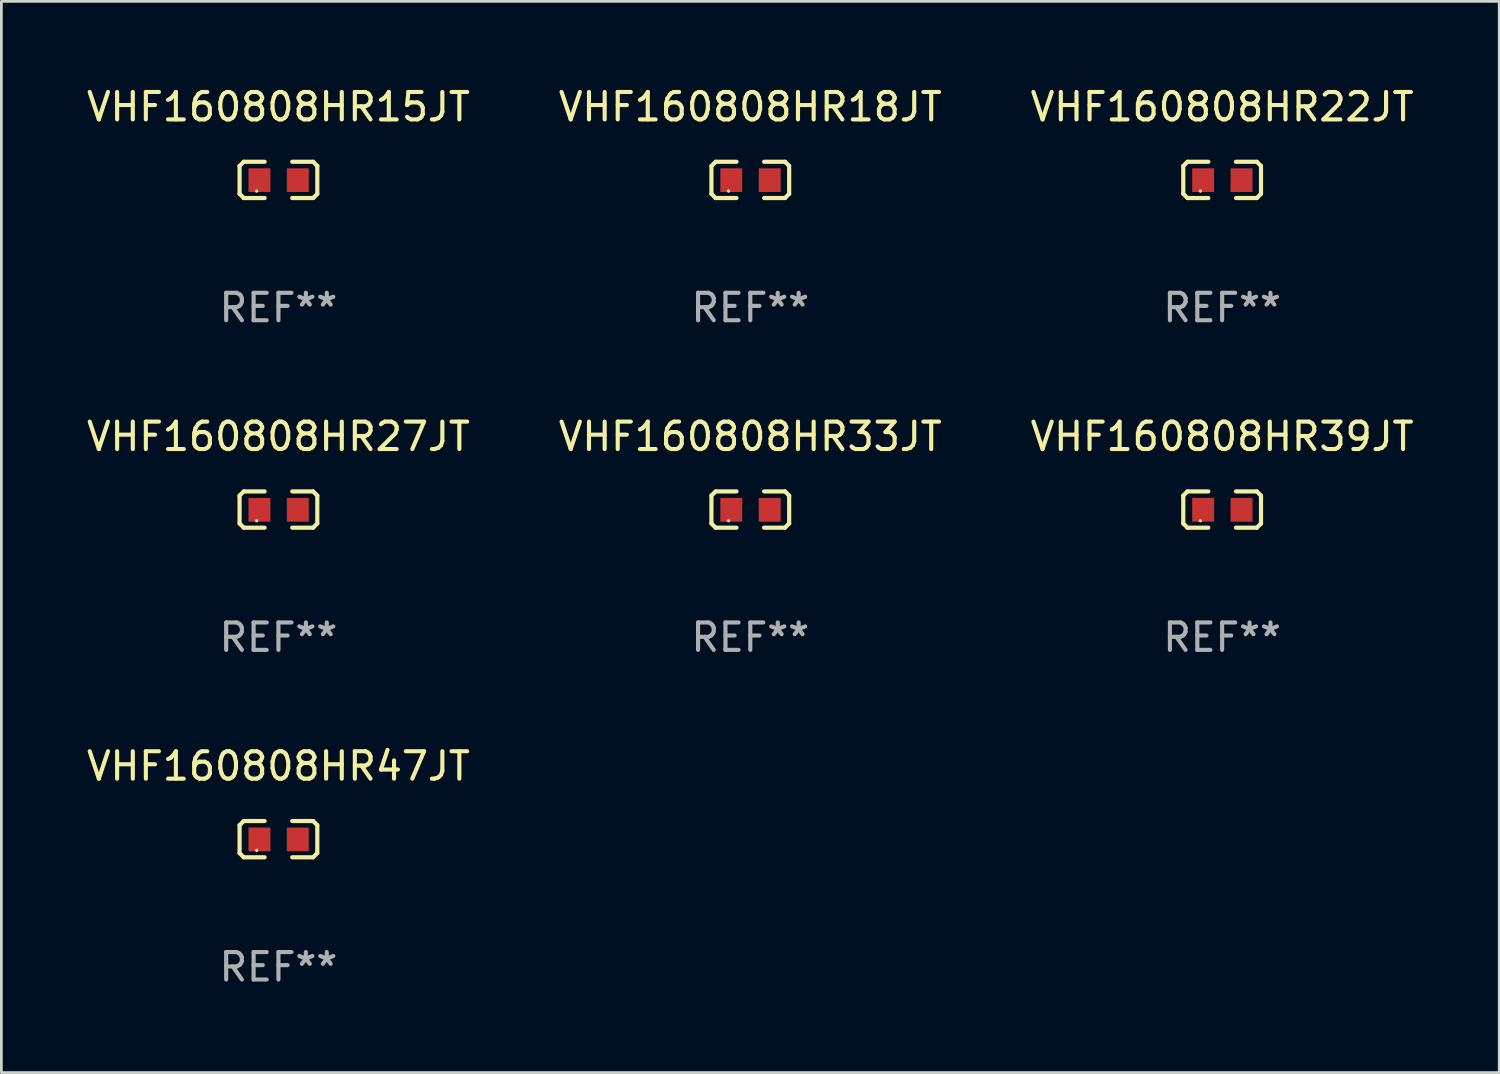
<source format=kicad_pcb>
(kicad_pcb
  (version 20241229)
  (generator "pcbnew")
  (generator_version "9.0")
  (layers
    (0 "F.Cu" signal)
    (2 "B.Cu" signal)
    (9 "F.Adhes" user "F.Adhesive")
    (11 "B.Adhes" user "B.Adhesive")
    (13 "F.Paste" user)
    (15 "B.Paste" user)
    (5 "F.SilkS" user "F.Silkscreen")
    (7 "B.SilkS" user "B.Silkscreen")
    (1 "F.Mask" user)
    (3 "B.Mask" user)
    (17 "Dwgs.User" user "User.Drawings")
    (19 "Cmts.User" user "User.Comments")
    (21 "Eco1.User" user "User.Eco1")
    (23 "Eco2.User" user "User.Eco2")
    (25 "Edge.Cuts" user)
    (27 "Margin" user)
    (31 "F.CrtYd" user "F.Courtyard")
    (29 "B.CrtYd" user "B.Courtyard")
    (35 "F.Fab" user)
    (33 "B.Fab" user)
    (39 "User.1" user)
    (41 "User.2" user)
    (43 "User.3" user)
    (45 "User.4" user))
  (footprint "VHF160808HR18JT"
    (layer "F.Cu")
    (at 24.304 3.509)
    (property "Reference" "VHF160808HR18JT" (at 0 -2.661 0) (layer "F.SilkS") (effects (font (size 1 1) (thickness 0.15))))
    (attr through_hole)
    (fp_line (start -1.417 -0.508) (end -1.265 -0.661) (stroke (width 0.152) (type solid)) (layer "F.SilkS"))
    (fp_line (start -1.417 0.508) (end -1.417 -0.508) (stroke (width 0.152) (type solid)) (layer "F.SilkS"))
    (fp_line (start -1.265 -0.661) (end -0.503 -0.661) (stroke (width 0.152) (type solid)) (layer "F.SilkS"))
    (fp_line (start -1.265 0.661) (end -1.417 0.508) (stroke (width 0.152) (type solid)) (layer "F.SilkS"))
    (fp_line (start -1.265 0.661) (end -0.503 0.661) (stroke (width 0.152) (type solid)) (layer "F.SilkS"))
    (fp_line (start 1.265 -0.661) (end 0.503 -0.661) (stroke (width 0.152) (type solid)) (layer "F.SilkS"))
    (fp_line (start 1.265 -0.661) (end 1.417 -0.508) (stroke (width 0.152) (type solid)) (layer "F.SilkS"))
    (fp_line (start 1.265 0.661) (end 0.503 0.661) (stroke (width 0.152) (type solid)) (layer "F.SilkS"))
    (fp_line (start 1.417 -0.508) (end 1.417 0.508) (stroke (width 0.152) (type solid)) (layer "F.SilkS"))
    (fp_line (start 1.417 0.508) (end 1.265 0.661) (stroke (width 0.152) (type solid)) (layer "F.SilkS"))
    (fp_circle (center -0.793 0.409) (end -0.763 0.409) (stroke (width 0.06) (type solid)) (fill no) (layer "F.SilkS"))
    (fp_text user "REF**" (at 0 4.661 0) (layer "F.Fab") (effects (font (size 1 1) (thickness 0.15))))
    (pad "1" smd rect (at -0.693 0.009 180) (size 0.8 0.864) (layers "F.Cu" "F.Mask" "F.Paste"))
    (pad "2" smd rect (at 0.707 0.009 180) (size 0.8 0.864) (layers "F.Cu" "F.Mask" "F.Paste")))
  (footprint "VHF160808HR47JT"
    (layer "F.Cu")
    (at 7.101 27.544)
    (property "Reference" "VHF160808HR47JT" (at 0 -2.661 0) (layer "F.SilkS") (effects (font (size 1 1) (thickness 0.15))))
    (attr through_hole)
    (fp_line (start -1.417 -0.508) (end -1.265 -0.661) (stroke (width 0.152) (type solid)) (layer "F.SilkS"))
    (fp_line (start -1.417 0.508) (end -1.417 -0.508) (stroke (width 0.152) (type solid)) (layer "F.SilkS"))
    (fp_line (start -1.265 -0.661) (end -0.503 -0.661) (stroke (width 0.152) (type solid)) (layer "F.SilkS"))
    (fp_line (start -1.265 0.661) (end -1.417 0.508) (stroke (width 0.152) (type solid)) (layer "F.SilkS"))
    (fp_line (start -1.265 0.661) (end -0.503 0.661) (stroke (width 0.152) (type solid)) (layer "F.SilkS"))
    (fp_line (start 1.265 -0.661) (end 0.503 -0.661) (stroke (width 0.152) (type solid)) (layer "F.SilkS"))
    (fp_line (start 1.265 -0.661) (end 1.417 -0.508) (stroke (width 0.152) (type solid)) (layer "F.SilkS"))
    (fp_line (start 1.265 0.661) (end 0.503 0.661) (stroke (width 0.152) (type solid)) (layer "F.SilkS"))
    (fp_line (start 1.417 -0.508) (end 1.417 0.508) (stroke (width 0.152) (type solid)) (layer "F.SilkS"))
    (fp_line (start 1.417 0.508) (end 1.265 0.661) (stroke (width 0.152) (type solid)) (layer "F.SilkS"))
    (fp_circle (center -0.793 0.409) (end -0.763 0.409) (stroke (width 0.06) (type solid)) (fill no) (layer "F.SilkS"))
    (fp_text user "REF**" (at 0 4.661 0) (layer "F.Fab") (effects (font (size 1 1) (thickness 0.15))))
    (pad "1" smd rect (at -0.693 0.009 180) (size 0.8 0.864) (layers "F.Cu" "F.Mask" "F.Paste"))
    (pad "2" smd rect (at 0.707 0.009 180) (size 0.8 0.864) (layers "F.Cu" "F.Mask" "F.Paste")))
  (footprint "VHF160808HR33JT"
    (layer "F.Cu")
    (at 24.304 15.527)
    (property "Reference" "VHF160808HR33JT" (at 0 -2.661 0) (layer "F.SilkS") (effects (font (size 1 1) (thickness 0.15))))
    (attr through_hole)
    (fp_line (start -1.417 -0.508) (end -1.265 -0.661) (stroke (width 0.152) (type solid)) (layer "F.SilkS"))
    (fp_line (start -1.417 0.508) (end -1.417 -0.508) (stroke (width 0.152) (type solid)) (layer "F.SilkS"))
    (fp_line (start -1.265 -0.661) (end -0.503 -0.661) (stroke (width 0.152) (type solid)) (layer "F.SilkS"))
    (fp_line (start -1.265 0.661) (end -1.417 0.508) (stroke (width 0.152) (type solid)) (layer "F.SilkS"))
    (fp_line (start -1.265 0.661) (end -0.503 0.661) (stroke (width 0.152) (type solid)) (layer "F.SilkS"))
    (fp_line (start 1.265 -0.661) (end 0.503 -0.661) (stroke (width 0.152) (type solid)) (layer "F.SilkS"))
    (fp_line (start 1.265 -0.661) (end 1.417 -0.508) (stroke (width 0.152) (type solid)) (layer "F.SilkS"))
    (fp_line (start 1.265 0.661) (end 0.503 0.661) (stroke (width 0.152) (type solid)) (layer "F.SilkS"))
    (fp_line (start 1.417 -0.508) (end 1.417 0.508) (stroke (width 0.152) (type solid)) (layer "F.SilkS"))
    (fp_line (start 1.417 0.508) (end 1.265 0.661) (stroke (width 0.152) (type solid)) (layer "F.SilkS"))
    (fp_circle (center -0.793 0.409) (end -0.763 0.409) (stroke (width 0.06) (type solid)) (fill no) (layer "F.SilkS"))
    (fp_text user "REF**" (at 0 4.661 0) (layer "F.Fab") (effects (font (size 1 1) (thickness 0.15))))
    (pad "1" smd rect (at -0.693 0.009 180) (size 0.8 0.864) (layers "F.Cu" "F.Mask" "F.Paste"))
    (pad "2" smd rect (at 0.707 0.009 180) (size 0.8 0.864) (layers "F.Cu" "F.Mask" "F.Paste")))
  (footprint "VHF160808HR27JT"
    (layer "F.Cu")
    (at 7.101 15.527)
    (property "Reference" "VHF160808HR27JT" (at 0 -2.661 0) (layer "F.SilkS") (effects (font (size 1 1) (thickness 0.15))))
    (attr through_hole)
    (fp_line (start -1.417 -0.508) (end -1.265 -0.661) (stroke (width 0.152) (type solid)) (layer "F.SilkS"))
    (fp_line (start -1.417 0.508) (end -1.417 -0.508) (stroke (width 0.152) (type solid)) (layer "F.SilkS"))
    (fp_line (start -1.265 -0.661) (end -0.503 -0.661) (stroke (width 0.152) (type solid)) (layer "F.SilkS"))
    (fp_line (start -1.265 0.661) (end -1.417 0.508) (stroke (width 0.152) (type solid)) (layer "F.SilkS"))
    (fp_line (start -1.265 0.661) (end -0.503 0.661) (stroke (width 0.152) (type solid)) (layer "F.SilkS"))
    (fp_line (start 1.265 -0.661) (end 0.503 -0.661) (stroke (width 0.152) (type solid)) (layer "F.SilkS"))
    (fp_line (start 1.265 -0.661) (end 1.417 -0.508) (stroke (width 0.152) (type solid)) (layer "F.SilkS"))
    (fp_line (start 1.265 0.661) (end 0.503 0.661) (stroke (width 0.152) (type solid)) (layer "F.SilkS"))
    (fp_line (start 1.417 -0.508) (end 1.417 0.508) (stroke (width 0.152) (type solid)) (layer "F.SilkS"))
    (fp_line (start 1.417 0.508) (end 1.265 0.661) (stroke (width 0.152) (type solid)) (layer "F.SilkS"))
    (fp_circle (center -0.793 0.409) (end -0.763 0.409) (stroke (width 0.06) (type solid)) (fill no) (layer "F.SilkS"))
    (fp_text user "REF**" (at 0 4.661 0) (layer "F.Fab") (effects (font (size 1 1) (thickness 0.15))))
    (pad "1" smd rect (at -0.693 0.009 180) (size 0.8 0.864) (layers "F.Cu" "F.Mask" "F.Paste"))
    (pad "2" smd rect (at 0.707 0.009 180) (size 0.8 0.864) (layers "F.Cu" "F.Mask" "F.Paste")))
  (footprint "VHF160808HR15JT"
    (layer "F.Cu")
    (at 7.101 3.509)
    (property "Reference" "VHF160808HR15JT" (at 0 -2.661 0) (layer "F.SilkS") (effects (font (size 1 1) (thickness 0.15))))
    (attr through_hole)
    (fp_line (start -1.417 -0.508) (end -1.265 -0.661) (stroke (width 0.152) (type solid)) (layer "F.SilkS"))
    (fp_line (start -1.417 0.508) (end -1.417 -0.508) (stroke (width 0.152) (type solid)) (layer "F.SilkS"))
    (fp_line (start -1.265 -0.661) (end -0.503 -0.661) (stroke (width 0.152) (type solid)) (layer "F.SilkS"))
    (fp_line (start -1.265 0.661) (end -1.417 0.508) (stroke (width 0.152) (type solid)) (layer "F.SilkS"))
    (fp_line (start -1.265 0.661) (end -0.503 0.661) (stroke (width 0.152) (type solid)) (layer "F.SilkS"))
    (fp_line (start 1.265 -0.661) (end 0.503 -0.661) (stroke (width 0.152) (type solid)) (layer "F.SilkS"))
    (fp_line (start 1.265 -0.661) (end 1.417 -0.508) (stroke (width 0.152) (type solid)) (layer "F.SilkS"))
    (fp_line (start 1.265 0.661) (end 0.503 0.661) (stroke (width 0.152) (type solid)) (layer "F.SilkS"))
    (fp_line (start 1.417 -0.508) (end 1.417 0.508) (stroke (width 0.152) (type solid)) (layer "F.SilkS"))
    (fp_line (start 1.417 0.508) (end 1.265 0.661) (stroke (width 0.152) (type solid)) (layer "F.SilkS"))
    (fp_circle (center -0.793 0.409) (end -0.763 0.409) (stroke (width 0.06) (type solid)) (fill no) (layer "F.SilkS"))
    (fp_text user "REF**" (at 0 4.661 0) (layer "F.Fab") (effects (font (size 1 1) (thickness 0.15))))
    (pad "1" smd rect (at -0.693 0.009 180) (size 0.8 0.864) (layers "F.Cu" "F.Mask" "F.Paste"))
    (pad "2" smd rect (at 0.707 0.009 180) (size 0.8 0.864) (layers "F.Cu" "F.Mask" "F.Paste")))
  (footprint "VHF160808HR22JT"
    (layer "F.Cu")
    (at 41.506 3.509)
    (property "Reference" "VHF160808HR22JT" (at 0 -2.661 0) (layer "F.SilkS") (effects (font (size 1 1) (thickness 0.15))))
    (attr through_hole)
    (fp_line (start -1.417 -0.508) (end -1.265 -0.661) (stroke (width 0.152) (type solid)) (layer "F.SilkS"))
    (fp_line (start -1.417 0.508) (end -1.417 -0.508) (stroke (width 0.152) (type solid)) (layer "F.SilkS"))
    (fp_line (start -1.265 -0.661) (end -0.503 -0.661) (stroke (width 0.152) (type solid)) (layer "F.SilkS"))
    (fp_line (start -1.265 0.661) (end -1.417 0.508) (stroke (width 0.152) (type solid)) (layer "F.SilkS"))
    (fp_line (start -1.265 0.661) (end -0.503 0.661) (stroke (width 0.152) (type solid)) (layer "F.SilkS"))
    (fp_line (start 1.265 -0.661) (end 0.503 -0.661) (stroke (width 0.152) (type solid)) (layer "F.SilkS"))
    (fp_line (start 1.265 -0.661) (end 1.417 -0.508) (stroke (width 0.152) (type solid)) (layer "F.SilkS"))
    (fp_line (start 1.265 0.661) (end 0.503 0.661) (stroke (width 0.152) (type solid)) (layer "F.SilkS"))
    (fp_line (start 1.417 -0.508) (end 1.417 0.508) (stroke (width 0.152) (type solid)) (layer "F.SilkS"))
    (fp_line (start 1.417 0.508) (end 1.265 0.661) (stroke (width 0.152) (type solid)) (layer "F.SilkS"))
    (fp_circle (center -0.793 0.409) (end -0.763 0.409) (stroke (width 0.06) (type solid)) (fill no) (layer "F.SilkS"))
    (fp_text user "REF**" (at 0 4.661 0) (layer "F.Fab") (effects (font (size 1 1) (thickness 0.15))))
    (pad "1" smd rect (at -0.693 0.009 180) (size 0.8 0.864) (layers "F.Cu" "F.Mask" "F.Paste"))
    (pad "2" smd rect (at 0.707 0.009 180) (size 0.8 0.864) (layers "F.Cu" "F.Mask" "F.Paste")))
  (footprint "VHF160808HR39JT"
    (layer "F.Cu")
    (at 41.506 15.527)
    (property "Reference" "VHF160808HR39JT" (at 0 -2.661 0) (layer "F.SilkS") (effects (font (size 1 1) (thickness 0.15))))
    (attr through_hole)
    (fp_line (start -1.417 -0.508) (end -1.265 -0.661) (stroke (width 0.152) (type solid)) (layer "F.SilkS"))
    (fp_line (start -1.417 0.508) (end -1.417 -0.508) (stroke (width 0.152) (type solid)) (layer "F.SilkS"))
    (fp_line (start -1.265 -0.661) (end -0.503 -0.661) (stroke (width 0.152) (type solid)) (layer "F.SilkS"))
    (fp_line (start -1.265 0.661) (end -1.417 0.508) (stroke (width 0.152) (type solid)) (layer "F.SilkS"))
    (fp_line (start -1.265 0.661) (end -0.503 0.661) (stroke (width 0.152) (type solid)) (layer "F.SilkS"))
    (fp_line (start 1.265 -0.661) (end 0.503 -0.661) (stroke (width 0.152) (type solid)) (layer "F.SilkS"))
    (fp_line (start 1.265 -0.661) (end 1.417 -0.508) (stroke (width 0.152) (type solid)) (layer "F.SilkS"))
    (fp_line (start 1.265 0.661) (end 0.503 0.661) (stroke (width 0.152) (type solid)) (layer "F.SilkS"))
    (fp_line (start 1.417 -0.508) (end 1.417 0.508) (stroke (width 0.152) (type solid)) (layer "F.SilkS"))
    (fp_line (start 1.417 0.508) (end 1.265 0.661) (stroke (width 0.152) (type solid)) (layer "F.SilkS"))
    (fp_circle (center -0.793 0.409) (end -0.763 0.409) (stroke (width 0.06) (type solid)) (fill no) (layer "F.SilkS"))
    (fp_text user "REF**" (at 0 4.661 0) (layer "F.Fab") (effects (font (size 1 1) (thickness 0.15))))
    (pad "1" smd rect (at -0.693 0.009 180) (size 0.8 0.864) (layers "F.Cu" "F.Mask" "F.Paste"))
    (pad "2" smd rect (at 0.707 0.009 180) (size 0.8 0.864) (layers "F.Cu" "F.Mask" "F.Paste")))
  (gr_rect
    (start -3 -3)
    (end 51.607 36.053)
    (stroke (width 0.1) (type default))
    (fill no)
    (layer "Edge.Cuts")))
</source>
